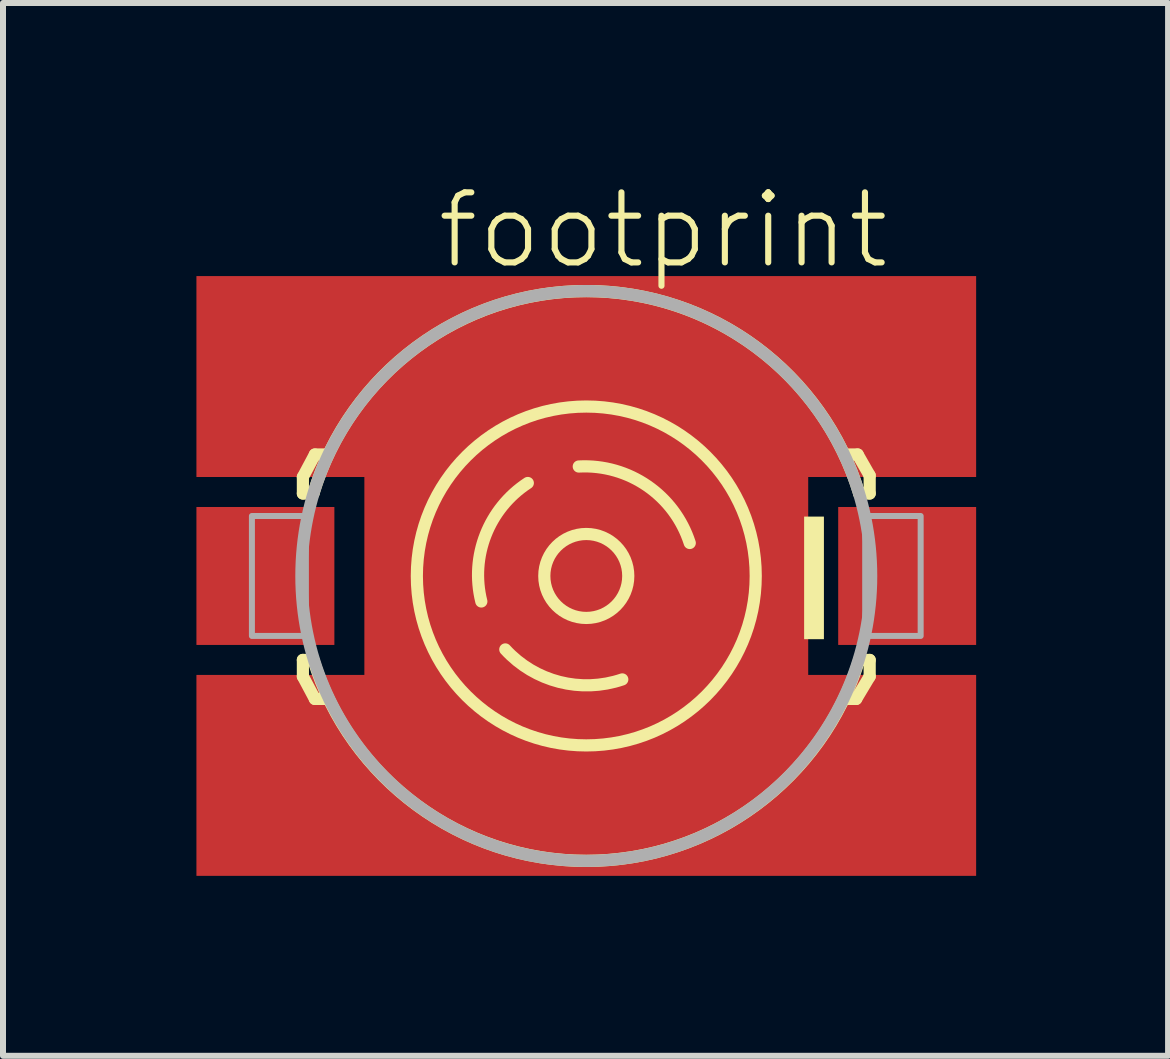
<source format=kicad_pcb>
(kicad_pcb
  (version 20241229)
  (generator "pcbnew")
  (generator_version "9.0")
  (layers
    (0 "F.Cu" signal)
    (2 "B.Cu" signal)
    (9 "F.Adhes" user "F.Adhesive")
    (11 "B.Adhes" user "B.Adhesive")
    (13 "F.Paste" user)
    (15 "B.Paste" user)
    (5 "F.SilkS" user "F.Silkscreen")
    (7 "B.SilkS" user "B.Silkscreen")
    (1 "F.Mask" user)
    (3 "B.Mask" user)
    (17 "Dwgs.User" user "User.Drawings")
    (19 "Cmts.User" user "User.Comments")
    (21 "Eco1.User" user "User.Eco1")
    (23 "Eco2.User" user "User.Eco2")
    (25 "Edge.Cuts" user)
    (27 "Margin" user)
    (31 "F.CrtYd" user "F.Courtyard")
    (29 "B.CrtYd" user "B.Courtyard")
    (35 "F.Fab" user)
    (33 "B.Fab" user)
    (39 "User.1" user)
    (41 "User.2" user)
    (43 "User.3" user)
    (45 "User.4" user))
  (footprint "footprint"
    (layer "F.Cu")
    (at 6.725 6.553)
    (property "Reference" "footprint" (at -2.54 -5.08 0) (layer "F.SilkS") (effects (font (size 1.168 1.168) (thickness 0.102)) (justify left bottom)))
    (fp_circle (center 0 0) (end 1 0) (stroke (width 2) (type solid)) (fill yes) (layer "F.Mask"))
    (fp_poly (pts (xy -6.725 1.35) (xy -4 1.35) (xy -4 -1.375) (xy -6.725 -1.375)) (stroke (width 0) (type solid)) (fill yes) (layer "F.Mask"))
    (fp_poly (pts (xy 3.975 1.375) (xy 6.7 1.375) (xy 6.7 -1.35) (xy 3.975 -1.35)) (stroke (width 0) (type solid)) (fill yes) (layer "F.Mask"))
    (fp_line (start -4.725 -1.65) (end -4.525 -2.025) (stroke (width 0.203) (type solid)) (layer "F.SilkS"))
    (fp_line (start -4.725 -1.375) (end -4.725 -1.65) (stroke (width 0.203) (type solid)) (layer "F.SilkS"))
    (fp_line (start -4.725 1.4) (end -4.725 1.675) (stroke (width 0.203) (type solid)) (layer "F.SilkS"))
    (fp_line (start -4.725 1.675) (end -4.525 2.05) (stroke (width 0.203) (type solid)) (layer "F.SilkS"))
    (fp_line (start -4.55 -1.375) (end -4.725 -1.375) (stroke (width 0.203) (type solid)) (layer "F.SilkS"))
    (fp_line (start -4.55 1.4) (end -4.725 1.4) (stroke (width 0.203) (type solid)) (layer "F.SilkS"))
    (fp_line (start -4.525 -2.025) (end -4.35 -2.025) (stroke (width 0.203) (type solid)) (layer "F.SilkS"))
    (fp_line (start -4.525 2.05) (end -4.325 2.05) (stroke (width 0.203) (type solid)) (layer "F.SilkS"))
    (fp_line (start 4.5 2.05) (end 4.325 2.05) (stroke (width 0.203) (type solid)) (layer "F.SilkS"))
    (fp_line (start 4.525 -2.025) (end 4.35 -2.025) (stroke (width 0.203) (type solid)) (layer "F.SilkS"))
    (fp_line (start 4.55 -1.375) (end 4.725 -1.375) (stroke (width 0.203) (type solid)) (layer "F.SilkS"))
    (fp_line (start 4.55 1.4) (end 4.725 1.4) (stroke (width 0.203) (type solid)) (layer "F.SilkS"))
    (fp_line (start 4.725 -1.675) (end 4.525 -2.025) (stroke (width 0.203) (type solid)) (layer "F.SilkS"))
    (fp_line (start 4.725 -1.375) (end 4.725 -1.675) (stroke (width 0.203) (type solid)) (layer "F.SilkS"))
    (fp_line (start 4.725 1.4) (end 4.725 1.675) (stroke (width 0.203) (type solid)) (layer "F.SilkS"))
    (fp_line (start 4.725 1.675) (end 4.5 2.05) (stroke (width 0.203) (type solid)) (layer "F.SilkS"))
    (fp_arc (start -4.549999 -1.375002) (mid 0.000001 -4.750027) (end 4.55 -1.375) (stroke (width 0.2032) (type solid)) (layer "F.SilkS"))
    (fp_arc (start -1.750001 0.425001) (mid -1.678031 -0.686315) (end -0.975 -1.55) (stroke (width 0.2032) (type solid)) (layer "F.SilkS"))
    (fp_arc (start -0.125 -1.825) (mid 1.017186 -1.502632) (end 1.725 -0.55) (stroke (width 0.2032) (type solid)) (layer "F.SilkS"))
    (fp_arc (start 0.599999 1.725) (mid -0.449632 1.766061) (end -1.35 1.225) (stroke (width 0.2032) (type solid)) (layer "F.SilkS"))
    (fp_arc (start 4.55 1.4) (mid 0 4.750088) (end -4.55 1.4) (stroke (width 0.2032) (type solid)) (layer "F.SilkS"))
    (fp_circle (center 0 0) (end 0.7 0) (stroke (width 0.203) (type solid)) (fill no) (layer "F.SilkS"))
    (fp_circle (center 0 0) (end 2.825 0) (stroke (width 0.203) (type solid)) (fill no) (layer "F.SilkS"))
    (fp_poly (pts (xy 3.632 1.054) (xy 3.962 1.054) (xy 3.962 -0.99) (xy 3.632 -0.99)) (stroke (width 0) (type solid)) (fill yes) (layer "F.SilkS"))
    (fp_circle (center 0 0) (end 0.887 0) (stroke (width 1.775) (type solid)) (fill yes) (layer "F.Paste"))
    (fp_poly (pts (xy -6.45 1.1) (xy -4.25 1.1) (xy -4.25 -1.1) (xy -6.45 -1.1)) (stroke (width 0) (type solid)) (fill yes) (layer "F.Paste"))
    (fp_poly (pts (xy 4.25 1.1) (xy 6.45 1.1) (xy 6.45 -1.1) (xy 4.25 -1.1)) (stroke (width 0) (type solid)) (fill yes) (layer "F.Paste"))
    (fp_circle (center 0 0) (end 4.75 0) (stroke (width 0.203) (type solid)) (fill no) (layer "F.Fab"))
    (fp_poly (pts (xy -5.575 1) (xy -4.675 1) (xy -4.675 -1) (xy -5.575 -1)) (stroke (width 0.1) (type solid)) (fill no) (layer "F.Fab"))
    (fp_poly (pts (xy 5.575 -1) (xy 4.65 -1) (xy 4.65 1) (xy 5.575 1)) (stroke (width 0.1) (type solid)) (fill no) (layer "F.Fab"))
    (pad "A" smd rect (at -5.35 0) (size 2.3 2.3) (layers "F.Cu"))
    (pad "C" smd rect (at 5.35 0) (size 2.3 2.3) (layers "F.Cu"))
    (pad "TH@1" smd rect (at 0 0) (size 7.4 3.4) (layers "F.Cu"))
    (pad "TH@2" smd rect (at 0 -3.325) (size 13 3.35) (layers "F.Cu"))
    (pad "TH@3" smd rect (at 0 3.325) (size 13 3.35) (layers "F.Cu")))
  (gr_rect
    (start -3 -3)
    (end 16.425 14.553)
    (stroke (width 0.1) (type default))
    (fill no)
    (layer "Edge.Cuts")))
</source>
